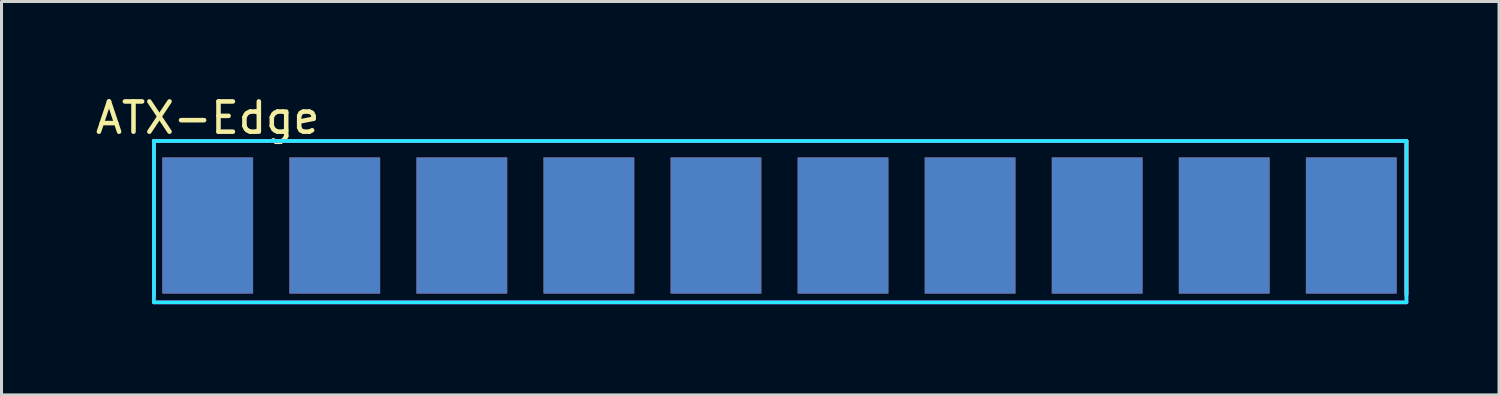
<source format=kicad_pcb>
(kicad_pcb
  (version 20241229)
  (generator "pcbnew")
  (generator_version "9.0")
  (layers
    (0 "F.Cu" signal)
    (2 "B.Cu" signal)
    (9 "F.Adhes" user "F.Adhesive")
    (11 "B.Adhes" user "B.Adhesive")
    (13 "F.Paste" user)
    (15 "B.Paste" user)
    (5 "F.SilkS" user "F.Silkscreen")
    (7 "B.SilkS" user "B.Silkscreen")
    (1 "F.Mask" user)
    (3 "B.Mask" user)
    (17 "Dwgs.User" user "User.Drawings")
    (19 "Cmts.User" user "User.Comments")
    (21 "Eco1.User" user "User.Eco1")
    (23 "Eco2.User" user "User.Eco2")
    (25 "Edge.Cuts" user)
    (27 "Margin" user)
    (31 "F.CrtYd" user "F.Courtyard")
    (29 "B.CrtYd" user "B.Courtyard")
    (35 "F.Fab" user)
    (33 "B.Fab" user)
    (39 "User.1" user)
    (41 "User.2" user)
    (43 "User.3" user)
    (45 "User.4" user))
  (footprint "ATX-Edge"
    (layer "F.Cu")
    (at 3.815 4.404)
    (property "Reference" "ATX-Edge" (at 0 -3.556 0) (layer "F.SilkS") (effects (font (size 1 1) (thickness 0.15))))
    (attr through_hole)
    (fp_line (start -1.778 -2.794) (end 39.624 -2.794) (stroke (width 0.12) (type solid)) (layer "F.SilkS"))
    (fp_line (start -1.778 2.286) (end -1.778 -2.794) (stroke (width 0.12) (type solid)) (layer "F.SilkS"))
    (fp_line (start 39.624 -2.794) (end 39.624 2.286) (stroke (width 0.12) (type solid)) (layer "F.SilkS"))
    (fp_line (start -1.778 -2.794) (end -1.778 2.286) (stroke (width 0.12) (type solid)) (layer "B.SilkS"))
    (fp_line (start 39.624 -2.794) (end -1.778 -2.794) (stroke (width 0.12) (type solid)) (layer "B.SilkS"))
    (fp_line (start 39.624 2.286) (end 39.624 -2.794) (stroke (width 0.12) (type solid)) (layer "B.SilkS"))
    (fp_line (start -1.778 -2.794) (end 39.624 -2.794) (stroke (width 0.12) (type solid)) (layer "B.CrtYd"))
    (fp_line (start -1.778 2.54) (end -1.778 -2.794) (stroke (width 0.12) (type solid)) (layer "B.CrtYd"))
    (fp_line (start 39.624 -2.794) (end 39.624 2.54) (stroke (width 0.12) (type solid)) (layer "B.CrtYd"))
    (fp_line (start 39.624 2.54) (end -1.778 2.54) (stroke (width 0.12) (type solid)) (layer "B.CrtYd"))
    (fp_line (start -1.778 -2.794) (end 39.624 -2.794) (stroke (width 0.12) (type solid)) (layer "F.CrtYd"))
    (fp_line (start -1.778 2.286) (end -1.778 -2.794) (stroke (width 0.12) (type solid)) (layer "F.CrtYd"))
    (fp_line (start -1.778 2.54) (end -1.778 2.286) (stroke (width 0.12) (type solid)) (layer "F.CrtYd"))
    (fp_line (start 39.624 -2.794) (end 39.624 2.54) (stroke (width 0.12) (type solid)) (layer "F.CrtYd"))
    (fp_line (start 39.624 2.54) (end -1.778 2.54) (stroke (width 0.12) (type solid)) (layer "F.CrtYd"))
    (pad "1" smd rect (at 0 0) (size 3 4.5) (layers "F.Cu" "F.Mask" "F.Paste"))
    (pad "2" smd rect (at 4.2 0) (size 3 4.5) (layers "F.Cu" "F.Mask" "F.Paste"))
    (pad "3" smd rect (at 8.4 0) (size 3 4.5) (layers "F.Cu" "F.Mask" "F.Paste"))
    (pad "4" smd rect (at 12.6 0) (size 3 4.5) (layers "F.Cu" "F.Mask" "F.Paste"))
    (pad "5" smd rect (at 16.8 0) (size 3 4.5) (layers "F.Cu" "F.Mask" "F.Paste"))
    (pad "6" smd rect (at 21 0) (size 3 4.5) (layers "F.Cu" "F.Mask" "F.Paste"))
    (pad "7" smd rect (at 25.2 0) (size 3 4.5) (layers "F.Cu" "F.Mask" "F.Paste"))
    (pad "8" smd rect (at 29.4 0) (size 3 4.5) (layers "F.Cu" "F.Mask" "F.Paste"))
    (pad "9" smd rect (at 33.6 0) (size 3 4.5) (layers "F.Cu" "F.Mask" "F.Paste"))
    (pad "10" smd rect (at 37.8 0) (size 3 4.5) (layers "F.Cu" "F.Mask" "F.Paste"))
    (pad "11" smd rect (at 0 0) (size 3 4.5) (layers "F.Mask" "B.Cu" "F.Paste"))
    (pad "12" smd rect (at 4.2 0) (size 3 4.5) (layers "F.Mask" "B.Cu" "F.Paste"))
    (pad "13" smd rect (at 8.4 0) (size 3 4.5) (layers "F.Mask" "B.Cu" "F.Paste"))
    (pad "14" smd rect (at 12.6 0) (size 3 4.5) (layers "F.Mask" "B.Cu" "F.Paste"))
    (pad "15" smd rect (at 16.8 0) (size 3 4.5) (layers "F.Mask" "B.Cu" "F.Paste"))
    (pad "16" smd rect (at 21 0) (size 3 4.5) (layers "F.Mask" "B.Cu" "F.Paste"))
    (pad "17" smd rect (at 25.2 0) (size 3 4.5) (layers "F.Mask" "B.Cu" "F.Paste"))
    (pad "18" smd rect (at 29.4 0) (size 3 4.5) (layers "F.Mask" "B.Cu" "F.Paste"))
    (pad "19" smd rect (at 33.6 0) (size 3 4.5) (layers "F.Mask" "B.Cu" "F.Paste"))
    (pad "20" smd rect (at 37.8 0) (size 3 4.5) (layers "F.Mask" "B.Cu" "F.Paste")))
  (gr_rect
    (start -3 -3)
    (end 46.499 10.004)
    (stroke (width 0.1) (type default))
    (fill no)
    (layer "Edge.Cuts")))
</source>
